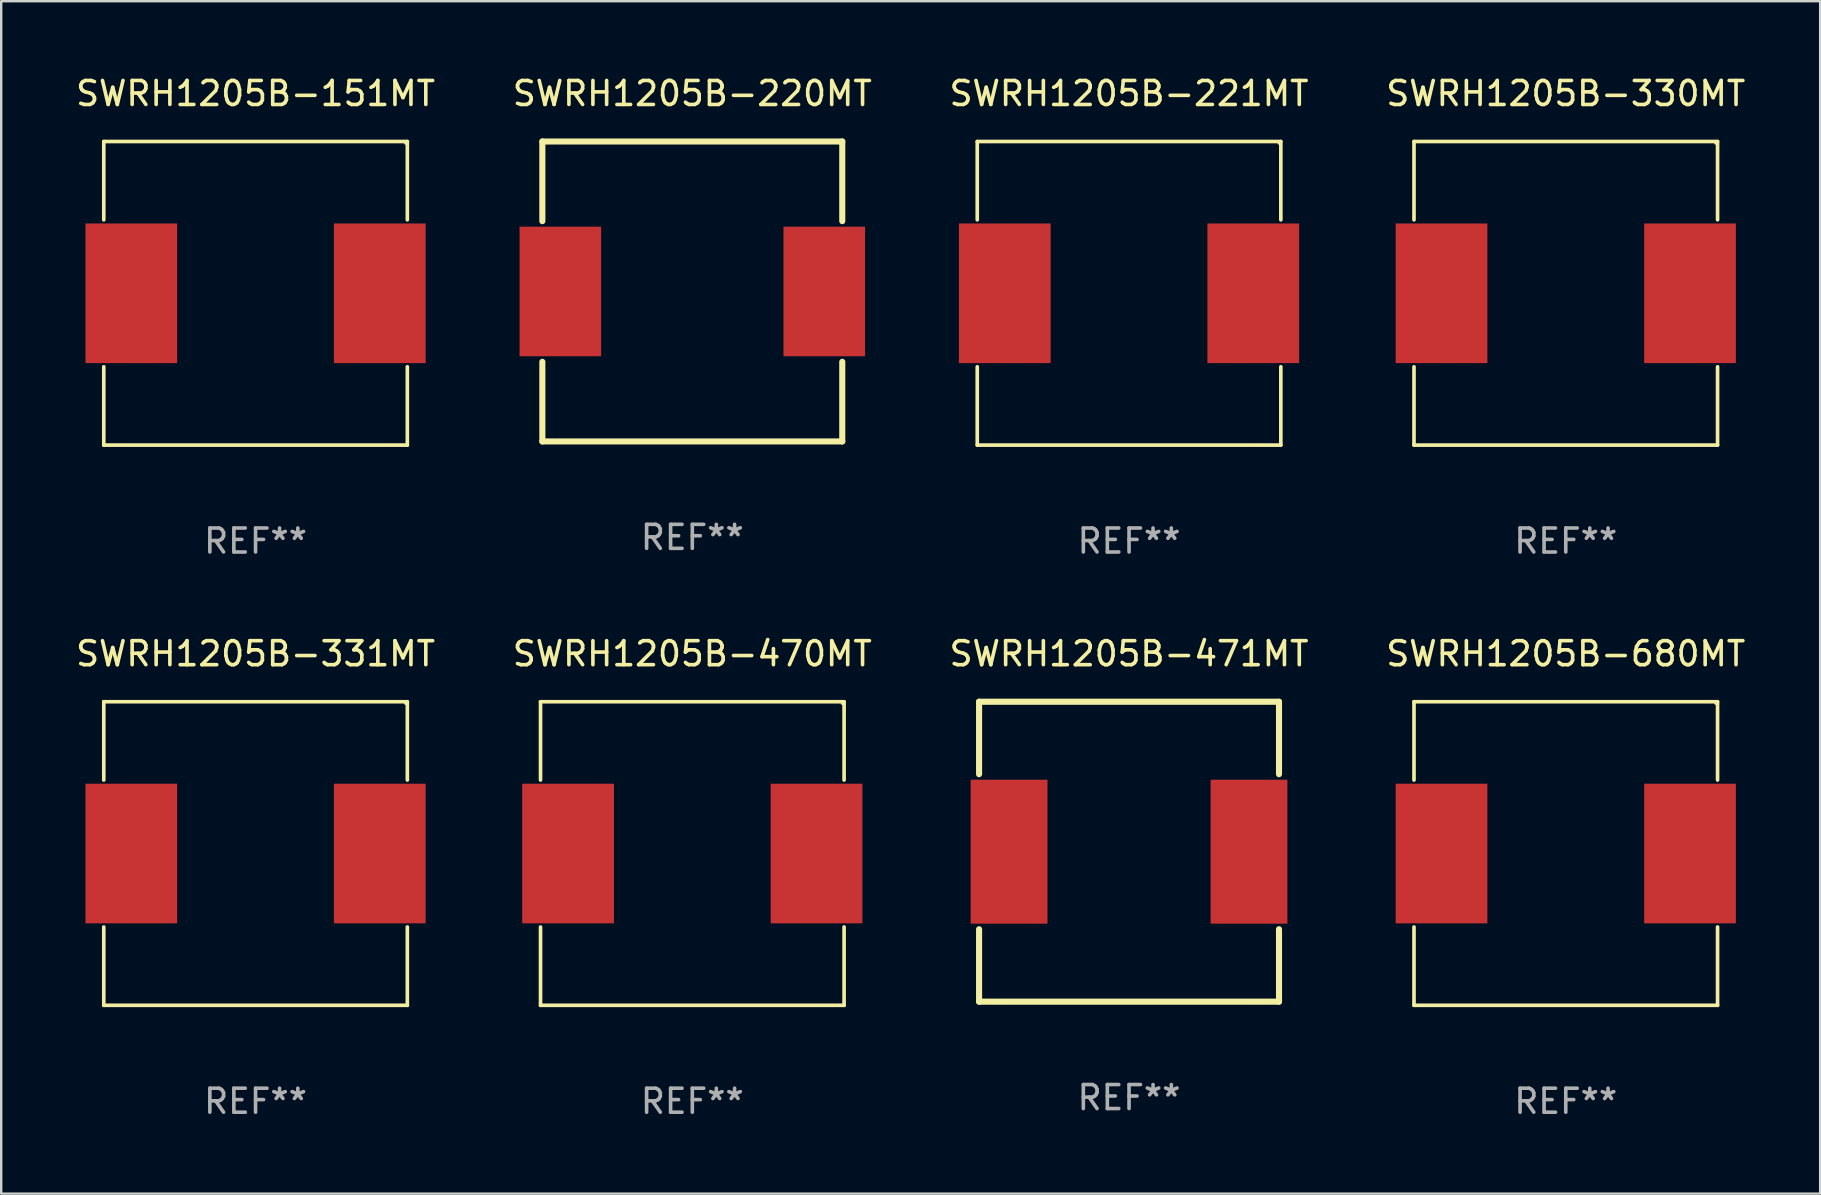
<source format=kicad_pcb>
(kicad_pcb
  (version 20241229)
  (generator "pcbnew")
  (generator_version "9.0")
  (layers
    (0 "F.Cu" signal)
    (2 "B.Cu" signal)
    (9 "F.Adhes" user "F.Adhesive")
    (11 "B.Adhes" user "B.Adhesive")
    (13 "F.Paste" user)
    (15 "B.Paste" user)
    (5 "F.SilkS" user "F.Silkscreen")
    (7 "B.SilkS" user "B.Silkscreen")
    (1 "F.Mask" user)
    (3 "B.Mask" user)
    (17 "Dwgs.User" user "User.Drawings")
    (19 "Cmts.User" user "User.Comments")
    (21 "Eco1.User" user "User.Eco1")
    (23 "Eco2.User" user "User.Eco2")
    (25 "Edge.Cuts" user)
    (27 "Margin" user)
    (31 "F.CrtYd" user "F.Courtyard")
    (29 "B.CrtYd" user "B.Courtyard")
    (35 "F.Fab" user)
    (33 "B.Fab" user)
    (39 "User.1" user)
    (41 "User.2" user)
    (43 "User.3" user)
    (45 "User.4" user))
  (footprint "SWRH1205B-680MT"
    (layer "F.Cu")
    (at 62.208 32.523)
    (property "Reference" "SWRH1205B-680MT" (at 0 -8.326 0) (layer "F.SilkS") (effects (font (size 1 1) (thickness 0.15))))
    (attr through_hole)
    (fp_line (start -6.326 -6.326) (end 6.326 -6.326) (stroke (width 0.152) (type solid)) (layer "F.SilkS"))
    (fp_line (start -6.326 -3.062) (end -6.326 -6.326) (stroke (width 0.152) (type solid)) (layer "F.SilkS"))
    (fp_line (start -6.326 3.062) (end -6.326 6.326) (stroke (width 0.152) (type solid)) (layer "F.SilkS"))
    (fp_line (start -6.326 6.326) (end 6.326 6.326) (stroke (width 0.152) (type solid)) (layer "F.SilkS"))
    (fp_line (start 6.326 -6.326) (end 6.326 -3.062) (stroke (width 0.152) (type solid)) (layer "F.SilkS"))
    (fp_line (start 6.326 6.326) (end 6.326 3.062) (stroke (width 0.152) (type solid)) (layer "F.SilkS"))
    (fp_circle (center 6.25 -6.25) (end 6.28 -6.25) (stroke (width 0.06) (type solid)) (fill no) (layer "F.SilkS"))
    (fp_text user "REF**" (at 0 10.326 0) (layer "F.Fab") (effects (font (size 1 1) (thickness 0.15))))
    (pad "1" smd rect (at 5.178 0) (size 3.824 5.82) (layers "F.Cu" "F.Mask" "F.Paste"))
    (pad "2" smd rect (at -5.178 0) (size 3.824 5.82) (layers "F.Cu" "F.Mask" "F.Paste")))
  (footprint "SWRH1205B-220MT"
    (layer "F.Cu")
    (at 25.804 9.098)
    (property "Reference" "SWRH1205B-220MT" (at 0 -8.25 0) (layer "F.SilkS") (effects (font (size 1 1) (thickness 0.15))))
    (attr through_hole)
    (fp_line (start -6.25 -6.25) (end 6.25 -6.25) (stroke (width 0.254) (type solid)) (layer "F.SilkS"))
    (fp_line (start -6.25 -2.931) (end -6.25 -6.25) (stroke (width 0.254) (type solid)) (layer "F.SilkS"))
    (fp_line (start -6.25 6.25) (end -6.25 2.931) (stroke (width 0.254) (type solid)) (layer "F.SilkS"))
    (fp_line (start 6.25 -6.25) (end 6.25 -2.931) (stroke (width 0.254) (type solid)) (layer "F.SilkS"))
    (fp_line (start 6.25 2.931) (end 6.25 6.25) (stroke (width 0.254) (type solid)) (layer "F.SilkS"))
    (fp_line (start 6.25 6.25) (end -6.25 6.25) (stroke (width 0.254) (type solid)) (layer "F.SilkS"))
    (fp_circle (center -6.25 6.25) (end -6.22 6.25) (stroke (width 0.06) (type solid)) (fill no) (layer "F.SilkS"))
    (fp_text user "REF**" (at 0 10.25 0) (layer "F.Fab") (effects (font (size 1 1) (thickness 0.15))))
    (pad "1" smd rect (at -5.5 0) (size 3.4 5.4) (layers "F.Cu" "F.Mask" "F.Paste"))
    (pad "2" smd rect (at 5.5 0) (size 3.4 5.4) (layers "F.Cu" "F.Mask" "F.Paste")))
  (footprint "SWRH1205B-471MT"
    (layer "F.Cu")
    (at 44.006 32.447)
    (property "Reference" "SWRH1205B-471MT" (at 0 -8.25 0) (layer "F.SilkS") (effects (font (size 1 1) (thickness 0.15))))
    (attr through_hole)
    (fp_line (start -6.25 -6.25) (end -6.25 -3.231) (stroke (width 0.254) (type solid)) (layer "F.SilkS"))
    (fp_line (start -6.25 -6.25) (end 6.25 -6.25) (stroke (width 0.254) (type solid)) (layer "F.SilkS"))
    (fp_line (start -6.25 3.231) (end -6.25 6.25) (stroke (width 0.254) (type solid)) (layer "F.SilkS"))
    (fp_line (start -6.25 6.25) (end 6.25 6.25) (stroke (width 0.254) (type solid)) (layer "F.SilkS"))
    (fp_line (start 6.25 -6.25) (end 6.25 -3.231) (stroke (width 0.254) (type solid)) (layer "F.SilkS"))
    (fp_line (start 6.25 3.231) (end 6.25 6.25) (stroke (width 0.254) (type solid)) (layer "F.SilkS"))
    (fp_circle (center -6.25 6.25) (end -6.22 6.25) (stroke (width 0.06) (type solid)) (fill no) (layer "F.SilkS"))
    (fp_text user "REF**" (at 0 10.25 0) (layer "F.Fab") (effects (font (size 1 1) (thickness 0.15))))
    (pad "1" smd rect (at -5 0) (size 3.2 6) (layers "F.Cu" "F.Mask" "F.Paste"))
    (pad "2" smd rect (at 5 0) (size 3.2 6) (layers "F.Cu" "F.Mask" "F.Paste")))
  (footprint "SWRH1205B-331MT"
    (layer "F.Cu")
    (at 7.601 32.523)
    (property "Reference" "SWRH1205B-331MT" (at 0 -8.326 0) (layer "F.SilkS") (effects (font (size 1 1) (thickness 0.15))))
    (attr through_hole)
    (fp_line (start -6.326 -6.326) (end 6.326 -6.326) (stroke (width 0.152) (type solid)) (layer "F.SilkS"))
    (fp_line (start -6.326 -3.062) (end -6.326 -6.326) (stroke (width 0.152) (type solid)) (layer "F.SilkS"))
    (fp_line (start -6.326 3.062) (end -6.326 6.326) (stroke (width 0.152) (type solid)) (layer "F.SilkS"))
    (fp_line (start -6.326 6.326) (end 6.326 6.326) (stroke (width 0.152) (type solid)) (layer "F.SilkS"))
    (fp_line (start 6.326 -6.326) (end 6.326 -3.062) (stroke (width 0.152) (type solid)) (layer "F.SilkS"))
    (fp_line (start 6.326 6.326) (end 6.326 3.062) (stroke (width 0.152) (type solid)) (layer "F.SilkS"))
    (fp_circle (center 6.25 -6.25) (end 6.28 -6.25) (stroke (width 0.06) (type solid)) (fill no) (layer "F.SilkS"))
    (fp_text user "REF**" (at 0 10.326 0) (layer "F.Fab") (effects (font (size 1 1) (thickness 0.15))))
    (pad "1" smd rect (at 5.178 0) (size 3.824 5.82) (layers "F.Cu" "F.Mask" "F.Paste"))
    (pad "2" smd rect (at -5.178 0) (size 3.824 5.82) (layers "F.Cu" "F.Mask" "F.Paste")))
  (footprint "SWRH1205B-151MT"
    (layer "F.Cu")
    (at 7.601 9.174)
    (property "Reference" "SWRH1205B-151MT" (at 0 -8.326 0) (layer "F.SilkS") (effects (font (size 1 1) (thickness 0.15))))
    (attr through_hole)
    (fp_line (start -6.326 -6.326) (end 6.326 -6.326) (stroke (width 0.152) (type solid)) (layer "F.SilkS"))
    (fp_line (start -6.326 -3.062) (end -6.326 -6.326) (stroke (width 0.152) (type solid)) (layer "F.SilkS"))
    (fp_line (start -6.326 3.062) (end -6.326 6.326) (stroke (width 0.152) (type solid)) (layer "F.SilkS"))
    (fp_line (start -6.326 6.326) (end 6.326 6.326) (stroke (width 0.152) (type solid)) (layer "F.SilkS"))
    (fp_line (start 6.326 -6.326) (end 6.326 -3.062) (stroke (width 0.152) (type solid)) (layer "F.SilkS"))
    (fp_line (start 6.326 6.326) (end 6.326 3.062) (stroke (width 0.152) (type solid)) (layer "F.SilkS"))
    (fp_circle (center 6.25 -6.25) (end 6.28 -6.25) (stroke (width 0.06) (type solid)) (fill no) (layer "F.SilkS"))
    (fp_text user "REF**" (at 0 10.326 0) (layer "F.Fab") (effects (font (size 1 1) (thickness 0.15))))
    (pad "1" smd rect (at 5.178 0) (size 3.824 5.82) (layers "F.Cu" "F.Mask" "F.Paste"))
    (pad "2" smd rect (at -5.178 0) (size 3.824 5.82) (layers "F.Cu" "F.Mask" "F.Paste")))
  (footprint "SWRH1205B-221MT"
    (layer "F.Cu")
    (at 44.006 9.174)
    (property "Reference" "SWRH1205B-221MT" (at 0 -8.326 0) (layer "F.SilkS") (effects (font (size 1 1) (thickness 0.15))))
    (attr through_hole)
    (fp_line (start -6.326 -6.326) (end 6.326 -6.326) (stroke (width 0.152) (type solid)) (layer "F.SilkS"))
    (fp_line (start -6.326 -3.062) (end -6.326 -6.326) (stroke (width 0.152) (type solid)) (layer "F.SilkS"))
    (fp_line (start -6.326 3.062) (end -6.326 6.326) (stroke (width 0.152) (type solid)) (layer "F.SilkS"))
    (fp_line (start -6.326 6.326) (end 6.326 6.326) (stroke (width 0.152) (type solid)) (layer "F.SilkS"))
    (fp_line (start 6.326 -6.326) (end 6.326 -3.062) (stroke (width 0.152) (type solid)) (layer "F.SilkS"))
    (fp_line (start 6.326 6.326) (end 6.326 3.062) (stroke (width 0.152) (type solid)) (layer "F.SilkS"))
    (fp_circle (center 6.25 -6.25) (end 6.28 -6.25) (stroke (width 0.06) (type solid)) (fill no) (layer "F.SilkS"))
    (fp_text user "REF**" (at 0 10.326 0) (layer "F.Fab") (effects (font (size 1 1) (thickness 0.15))))
    (pad "1" smd rect (at 5.178 0) (size 3.824 5.82) (layers "F.Cu" "F.Mask" "F.Paste"))
    (pad "2" smd rect (at -5.178 0) (size 3.824 5.82) (layers "F.Cu" "F.Mask" "F.Paste")))
  (footprint "SWRH1205B-330MT"
    (layer "F.Cu")
    (at 62.208 9.174)
    (property "Reference" "SWRH1205B-330MT" (at 0 -8.326 0) (layer "F.SilkS") (effects (font (size 1 1) (thickness 0.15))))
    (attr through_hole)
    (fp_line (start -6.326 -6.326) (end 6.326 -6.326) (stroke (width 0.152) (type solid)) (layer "F.SilkS"))
    (fp_line (start -6.326 -3.062) (end -6.326 -6.326) (stroke (width 0.152) (type solid)) (layer "F.SilkS"))
    (fp_line (start -6.326 3.062) (end -6.326 6.326) (stroke (width 0.152) (type solid)) (layer "F.SilkS"))
    (fp_line (start -6.326 6.326) (end 6.326 6.326) (stroke (width 0.152) (type solid)) (layer "F.SilkS"))
    (fp_line (start 6.326 -6.326) (end 6.326 -3.062) (stroke (width 0.152) (type solid)) (layer "F.SilkS"))
    (fp_line (start 6.326 6.326) (end 6.326 3.062) (stroke (width 0.152) (type solid)) (layer "F.SilkS"))
    (fp_circle (center 6.25 -6.25) (end 6.28 -6.25) (stroke (width 0.06) (type solid)) (fill no) (layer "F.SilkS"))
    (fp_text user "REF**" (at 0 10.326 0) (layer "F.Fab") (effects (font (size 1 1) (thickness 0.15))))
    (pad "1" smd rect (at 5.178 0) (size 3.824 5.82) (layers "F.Cu" "F.Mask" "F.Paste"))
    (pad "2" smd rect (at -5.178 0) (size 3.824 5.82) (layers "F.Cu" "F.Mask" "F.Paste")))
  (footprint "SWRH1205B-470MT"
    (layer "F.Cu")
    (at 25.804 32.523)
    (property "Reference" "SWRH1205B-470MT" (at 0 -8.326 0) (layer "F.SilkS") (effects (font (size 1 1) (thickness 0.15))))
    (attr through_hole)
    (fp_line (start -6.326 -6.326) (end 6.326 -6.326) (stroke (width 0.152) (type solid)) (layer "F.SilkS"))
    (fp_line (start -6.326 -3.062) (end -6.326 -6.326) (stroke (width 0.152) (type solid)) (layer "F.SilkS"))
    (fp_line (start -6.326 3.062) (end -6.326 6.326) (stroke (width 0.152) (type solid)) (layer "F.SilkS"))
    (fp_line (start -6.326 6.326) (end 6.326 6.326) (stroke (width 0.152) (type solid)) (layer "F.SilkS"))
    (fp_line (start 6.326 -6.326) (end 6.326 -3.062) (stroke (width 0.152) (type solid)) (layer "F.SilkS"))
    (fp_line (start 6.326 6.326) (end 6.326 3.062) (stroke (width 0.152) (type solid)) (layer "F.SilkS"))
    (fp_circle (center 6.25 -6.25) (end 6.28 -6.25) (stroke (width 0.06) (type solid)) (fill no) (layer "F.SilkS"))
    (fp_text user "REF**" (at 0 10.326 0) (layer "F.Fab") (effects (font (size 1 1) (thickness 0.15))))
    (pad "1" smd rect (at 5.178 0) (size 3.824 5.82) (layers "F.Cu" "F.Mask" "F.Paste"))
    (pad "2" smd rect (at -5.178 0) (size 3.824 5.82) (layers "F.Cu" "F.Mask" "F.Paste")))
  (gr_rect
    (start -3 -3)
    (end 72.81 46.698)
    (stroke (width 0.1) (type default))
    (fill no)
    (layer "Edge.Cuts")))
</source>
